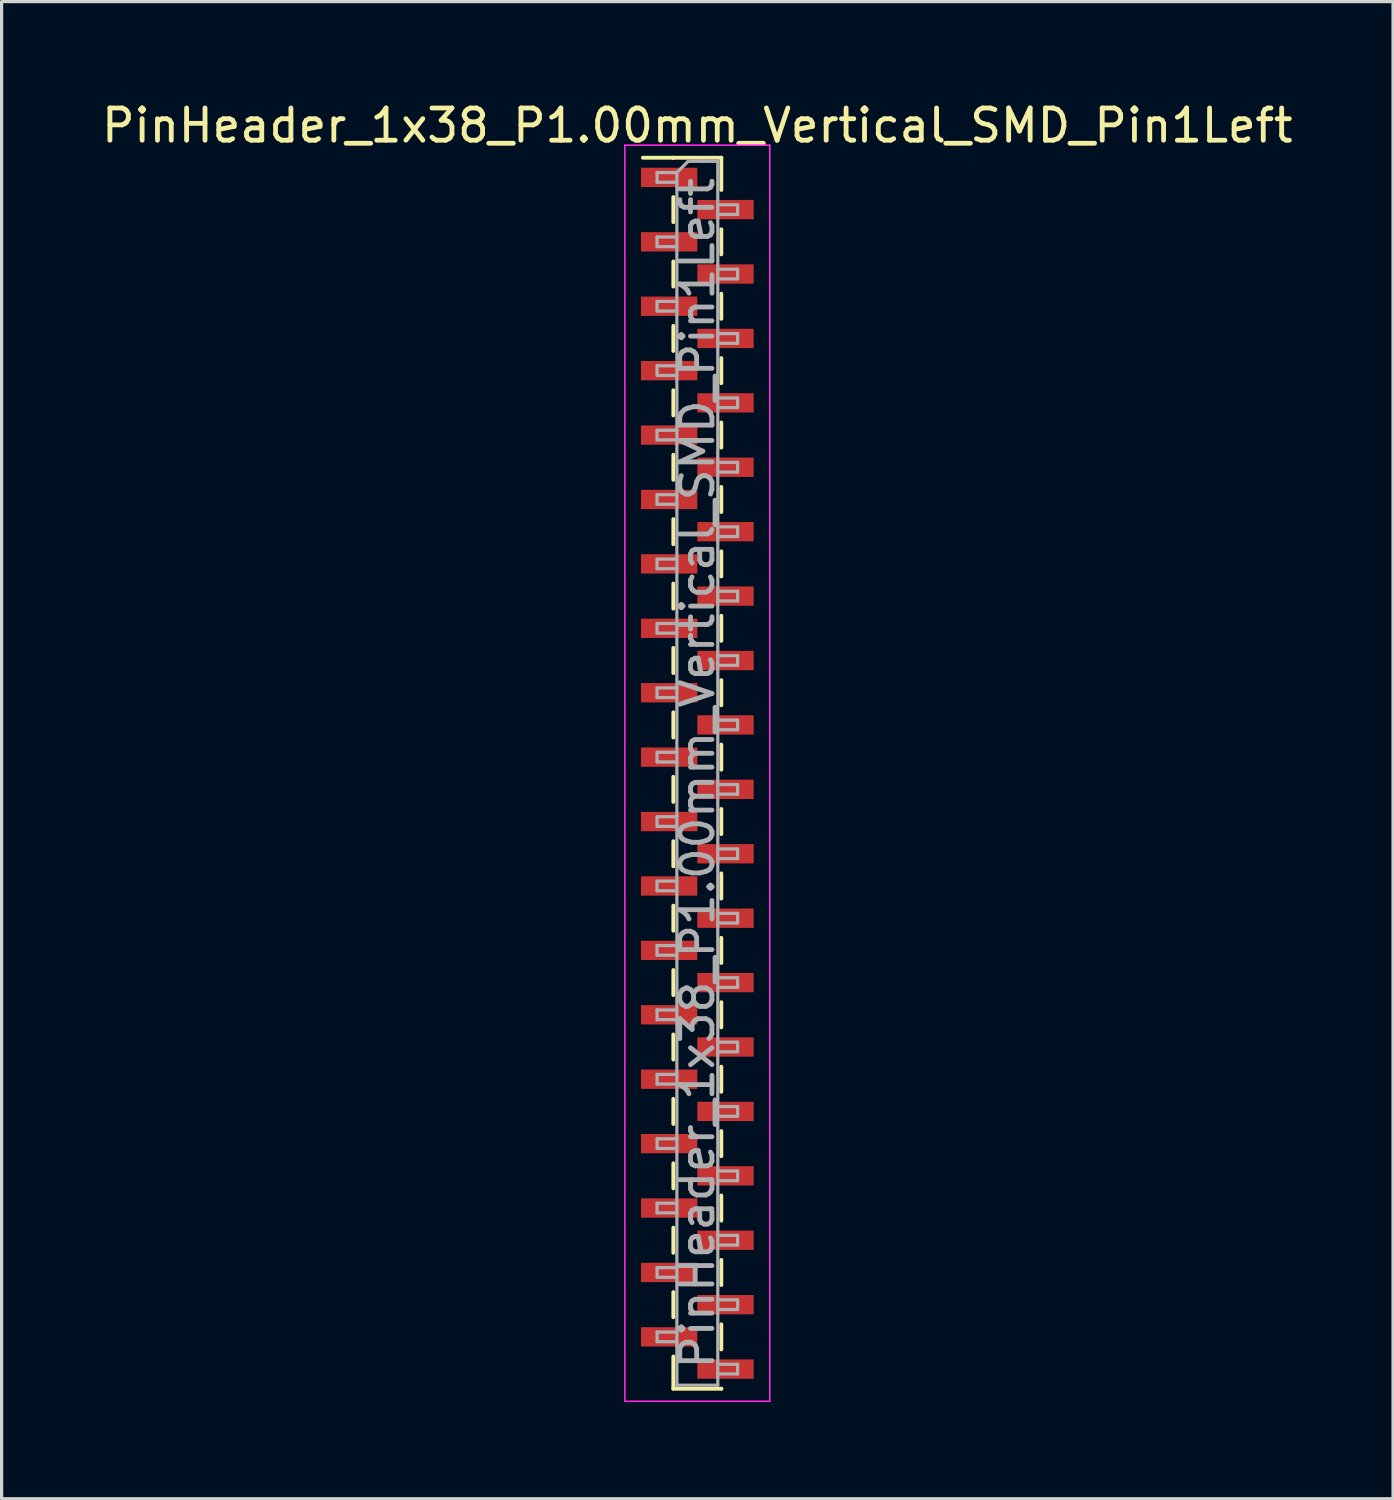
<source format=kicad_pcb>
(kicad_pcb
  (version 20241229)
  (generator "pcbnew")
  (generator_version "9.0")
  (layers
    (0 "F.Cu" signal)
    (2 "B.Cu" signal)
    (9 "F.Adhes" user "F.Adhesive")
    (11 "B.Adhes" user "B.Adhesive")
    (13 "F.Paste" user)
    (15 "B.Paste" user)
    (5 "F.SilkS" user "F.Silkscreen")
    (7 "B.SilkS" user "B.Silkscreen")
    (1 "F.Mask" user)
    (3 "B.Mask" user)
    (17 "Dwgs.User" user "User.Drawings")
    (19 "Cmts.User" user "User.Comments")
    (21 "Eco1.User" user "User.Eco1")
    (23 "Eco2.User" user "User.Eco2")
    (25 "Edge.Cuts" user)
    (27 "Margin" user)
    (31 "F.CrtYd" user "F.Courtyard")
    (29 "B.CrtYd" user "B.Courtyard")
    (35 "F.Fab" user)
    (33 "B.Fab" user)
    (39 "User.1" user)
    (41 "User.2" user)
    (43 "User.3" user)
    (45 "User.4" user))
  (footprint "PinHeader_1x38_P1.00mm_Vertical_SMD_Pin1Left"
    (layer "F.Cu")
    (at 18.601 20.958)
    (property "Reference" "PinHeader_1x38_P1.00mm_Vertical_SMD_Pin1Left" (at 0 -20.11 0) (layer "F.SilkS") (effects (font (size 1 1) (thickness 0.15))))
    (attr smd)
    (fp_line (start -0.745 -19.11) (end -1.69 -19.11) (stroke (width 0.12) (type solid)) (layer "F.SilkS"))
    (fp_line (start -0.745 -19.11) (end -0.745 -19.11) (stroke (width 0.12) (type solid)) (layer "F.SilkS"))
    (fp_line (start -0.745 -19.11) (end 0.745 -19.11) (stroke (width 0.12) (type solid)) (layer "F.SilkS"))
    (fp_line (start -0.745 -17.89) (end -0.745 -17.11) (stroke (width 0.12) (type solid)) (layer "F.SilkS"))
    (fp_line (start -0.745 -15.89) (end -0.745 -15.11) (stroke (width 0.12) (type solid)) (layer "F.SilkS"))
    (fp_line (start -0.745 -13.89) (end -0.745 -13.11) (stroke (width 0.12) (type solid)) (layer "F.SilkS"))
    (fp_line (start -0.745 -11.89) (end -0.745 -11.11) (stroke (width 0.12) (type solid)) (layer "F.SilkS"))
    (fp_line (start -0.745 -9.89) (end -0.745 -9.11) (stroke (width 0.12) (type solid)) (layer "F.SilkS"))
    (fp_line (start -0.745 -7.89) (end -0.745 -7.11) (stroke (width 0.12) (type solid)) (layer "F.SilkS"))
    (fp_line (start -0.745 -5.89) (end -0.745 -5.11) (stroke (width 0.12) (type solid)) (layer "F.SilkS"))
    (fp_line (start -0.745 -3.89) (end -0.745 -3.11) (stroke (width 0.12) (type solid)) (layer "F.SilkS"))
    (fp_line (start -0.745 -1.89) (end -0.745 -1.11) (stroke (width 0.12) (type solid)) (layer "F.SilkS"))
    (fp_line (start -0.745 0.11) (end -0.745 0.89) (stroke (width 0.12) (type solid)) (layer "F.SilkS"))
    (fp_line (start -0.745 2.11) (end -0.745 2.89) (stroke (width 0.12) (type solid)) (layer "F.SilkS"))
    (fp_line (start -0.745 4.11) (end -0.745 4.89) (stroke (width 0.12) (type solid)) (layer "F.SilkS"))
    (fp_line (start -0.745 6.11) (end -0.745 6.89) (stroke (width 0.12) (type solid)) (layer "F.SilkS"))
    (fp_line (start -0.745 8.11) (end -0.745 8.89) (stroke (width 0.12) (type solid)) (layer "F.SilkS"))
    (fp_line (start -0.745 10.11) (end -0.745 10.89) (stroke (width 0.12) (type solid)) (layer "F.SilkS"))
    (fp_line (start -0.745 12.11) (end -0.745 12.89) (stroke (width 0.12) (type solid)) (layer "F.SilkS"))
    (fp_line (start -0.745 14.11) (end -0.745 14.89) (stroke (width 0.12) (type solid)) (layer "F.SilkS"))
    (fp_line (start -0.745 16.11) (end -0.745 16.89) (stroke (width 0.12) (type solid)) (layer "F.SilkS"))
    (fp_line (start -0.745 18.11) (end -0.745 19.11) (stroke (width 0.12) (type solid)) (layer "F.SilkS"))
    (fp_line (start -0.745 19.11) (end 0.745 19.11) (stroke (width 0.12) (type solid)) (layer "F.SilkS"))
    (fp_line (start 0.745 -19.11) (end 0.745 -18.11) (stroke (width 0.12) (type solid)) (layer "F.SilkS"))
    (fp_line (start 0.745 -16.89) (end 0.745 -16.11) (stroke (width 0.12) (type solid)) (layer "F.SilkS"))
    (fp_line (start 0.745 -14.89) (end 0.745 -14.11) (stroke (width 0.12) (type solid)) (layer "F.SilkS"))
    (fp_line (start 0.745 -12.89) (end 0.745 -12.11) (stroke (width 0.12) (type solid)) (layer "F.SilkS"))
    (fp_line (start 0.745 -10.89) (end 0.745 -10.11) (stroke (width 0.12) (type solid)) (layer "F.SilkS"))
    (fp_line (start 0.745 -8.89) (end 0.745 -8.11) (stroke (width 0.12) (type solid)) (layer "F.SilkS"))
    (fp_line (start 0.745 -6.89) (end 0.745 -6.11) (stroke (width 0.12) (type solid)) (layer "F.SilkS"))
    (fp_line (start 0.745 -4.89) (end 0.745 -4.11) (stroke (width 0.12) (type solid)) (layer "F.SilkS"))
    (fp_line (start 0.745 -2.89) (end 0.745 -2.11) (stroke (width 0.12) (type solid)) (layer "F.SilkS"))
    (fp_line (start 0.745 -0.89) (end 0.745 -0.11) (stroke (width 0.12) (type solid)) (layer "F.SilkS"))
    (fp_line (start 0.745 1.11) (end 0.745 1.89) (stroke (width 0.12) (type solid)) (layer "F.SilkS"))
    (fp_line (start 0.745 3.11) (end 0.745 3.89) (stroke (width 0.12) (type solid)) (layer "F.SilkS"))
    (fp_line (start 0.745 5.11) (end 0.745 5.89) (stroke (width 0.12) (type solid)) (layer "F.SilkS"))
    (fp_line (start 0.745 7.11) (end 0.745 7.89) (stroke (width 0.12) (type solid)) (layer "F.SilkS"))
    (fp_line (start 0.745 9.11) (end 0.745 9.89) (stroke (width 0.12) (type solid)) (layer "F.SilkS"))
    (fp_line (start 0.745 11.11) (end 0.745 11.89) (stroke (width 0.12) (type solid)) (layer "F.SilkS"))
    (fp_line (start 0.745 13.11) (end 0.745 13.89) (stroke (width 0.12) (type solid)) (layer "F.SilkS"))
    (fp_line (start 0.745 15.11) (end 0.745 15.89) (stroke (width 0.12) (type solid)) (layer "F.SilkS"))
    (fp_line (start 0.745 17.11) (end 0.745 17.89) (stroke (width 0.12) (type solid)) (layer "F.SilkS"))
    (fp_line (start 0.745 19.11) (end 0.745 19.11) (stroke (width 0.12) (type solid)) (layer "F.SilkS"))
    (fp_line (start -2.25 -19.5) (end -2.25 19.5) (stroke (width 0.05) (type solid)) (layer "F.CrtYd"))
    (fp_line (start -2.25 19.5) (end 2.25 19.5) (stroke (width 0.05) (type solid)) (layer "F.CrtYd"))
    (fp_line (start 2.25 -19.5) (end -2.25 -19.5) (stroke (width 0.05) (type solid)) (layer "F.CrtYd"))
    (fp_line (start 2.25 19.5) (end 2.25 -19.5) (stroke (width 0.05) (type solid)) (layer "F.CrtYd"))
    (fp_line (start -1.25 -18.65) (end -1.25 -18.35) (stroke (width 0.1) (type solid)) (layer "F.Fab"))
    (fp_line (start -1.25 -18.35) (end -0.635 -18.35) (stroke (width 0.1) (type solid)) (layer "F.Fab"))
    (fp_line (start -1.25 -16.65) (end -1.25 -16.35) (stroke (width 0.1) (type solid)) (layer "F.Fab"))
    (fp_line (start -1.25 -16.35) (end -0.635 -16.35) (stroke (width 0.1) (type solid)) (layer "F.Fab"))
    (fp_line (start -1.25 -14.65) (end -1.25 -14.35) (stroke (width 0.1) (type solid)) (layer "F.Fab"))
    (fp_line (start -1.25 -14.35) (end -0.635 -14.35) (stroke (width 0.1) (type solid)) (layer "F.Fab"))
    (fp_line (start -1.25 -12.65) (end -1.25 -12.35) (stroke (width 0.1) (type solid)) (layer "F.Fab"))
    (fp_line (start -1.25 -12.35) (end -0.635 -12.35) (stroke (width 0.1) (type solid)) (layer "F.Fab"))
    (fp_line (start -1.25 -10.65) (end -1.25 -10.35) (stroke (width 0.1) (type solid)) (layer "F.Fab"))
    (fp_line (start -1.25 -10.35) (end -0.635 -10.35) (stroke (width 0.1) (type solid)) (layer "F.Fab"))
    (fp_line (start -1.25 -8.65) (end -1.25 -8.35) (stroke (width 0.1) (type solid)) (layer "F.Fab"))
    (fp_line (start -1.25 -8.35) (end -0.635 -8.35) (stroke (width 0.1) (type solid)) (layer "F.Fab"))
    (fp_line (start -1.25 -6.65) (end -1.25 -6.35) (stroke (width 0.1) (type solid)) (layer "F.Fab"))
    (fp_line (start -1.25 -6.35) (end -0.635 -6.35) (stroke (width 0.1) (type solid)) (layer "F.Fab"))
    (fp_line (start -1.25 -4.65) (end -1.25 -4.35) (stroke (width 0.1) (type solid)) (layer "F.Fab"))
    (fp_line (start -1.25 -4.35) (end -0.635 -4.35) (stroke (width 0.1) (type solid)) (layer "F.Fab"))
    (fp_line (start -1.25 -2.65) (end -1.25 -2.35) (stroke (width 0.1) (type solid)) (layer "F.Fab"))
    (fp_line (start -1.25 -2.35) (end -0.635 -2.35) (stroke (width 0.1) (type solid)) (layer "F.Fab"))
    (fp_line (start -1.25 -0.65) (end -1.25 -0.35) (stroke (width 0.1) (type solid)) (layer "F.Fab"))
    (fp_line (start -1.25 -0.35) (end -0.635 -0.35) (stroke (width 0.1) (type solid)) (layer "F.Fab"))
    (fp_line (start -1.25 1.35) (end -1.25 1.65) (stroke (width 0.1) (type solid)) (layer "F.Fab"))
    (fp_line (start -1.25 1.65) (end -0.635 1.65) (stroke (width 0.1) (type solid)) (layer "F.Fab"))
    (fp_line (start -1.25 3.35) (end -1.25 3.65) (stroke (width 0.1) (type solid)) (layer "F.Fab"))
    (fp_line (start -1.25 3.65) (end -0.635 3.65) (stroke (width 0.1) (type solid)) (layer "F.Fab"))
    (fp_line (start -1.25 5.35) (end -1.25 5.65) (stroke (width 0.1) (type solid)) (layer "F.Fab"))
    (fp_line (start -1.25 5.65) (end -0.635 5.65) (stroke (width 0.1) (type solid)) (layer "F.Fab"))
    (fp_line (start -1.25 7.35) (end -1.25 7.65) (stroke (width 0.1) (type solid)) (layer "F.Fab"))
    (fp_line (start -1.25 7.65) (end -0.635 7.65) (stroke (width 0.1) (type solid)) (layer "F.Fab"))
    (fp_line (start -1.25 9.35) (end -1.25 9.65) (stroke (width 0.1) (type solid)) (layer "F.Fab"))
    (fp_line (start -1.25 9.65) (end -0.635 9.65) (stroke (width 0.1) (type solid)) (layer "F.Fab"))
    (fp_line (start -1.25 11.35) (end -1.25 11.65) (stroke (width 0.1) (type solid)) (layer "F.Fab"))
    (fp_line (start -1.25 11.65) (end -0.635 11.65) (stroke (width 0.1) (type solid)) (layer "F.Fab"))
    (fp_line (start -1.25 13.35) (end -1.25 13.65) (stroke (width 0.1) (type solid)) (layer "F.Fab"))
    (fp_line (start -1.25 13.65) (end -0.635 13.65) (stroke (width 0.1) (type solid)) (layer "F.Fab"))
    (fp_line (start -1.25 15.35) (end -1.25 15.65) (stroke (width 0.1) (type solid)) (layer "F.Fab"))
    (fp_line (start -1.25 15.65) (end -0.635 15.65) (stroke (width 0.1) (type solid)) (layer "F.Fab"))
    (fp_line (start -1.25 17.35) (end -1.25 17.65) (stroke (width 0.1) (type solid)) (layer "F.Fab"))
    (fp_line (start -1.25 17.65) (end -0.635 17.65) (stroke (width 0.1) (type solid)) (layer "F.Fab"))
    (fp_line (start -0.635 -18.65) (end -1.25 -18.65) (stroke (width 0.1) (type solid)) (layer "F.Fab"))
    (fp_line (start -0.635 -18.65) (end -0.285 -19) (stroke (width 0.1) (type solid)) (layer "F.Fab"))
    (fp_line (start -0.635 -16.65) (end -1.25 -16.65) (stroke (width 0.1) (type solid)) (layer "F.Fab"))
    (fp_line (start -0.635 -14.65) (end -1.25 -14.65) (stroke (width 0.1) (type solid)) (layer "F.Fab"))
    (fp_line (start -0.635 -12.65) (end -1.25 -12.65) (stroke (width 0.1) (type solid)) (layer "F.Fab"))
    (fp_line (start -0.635 -10.65) (end -1.25 -10.65) (stroke (width 0.1) (type solid)) (layer "F.Fab"))
    (fp_line (start -0.635 -8.65) (end -1.25 -8.65) (stroke (width 0.1) (type solid)) (layer "F.Fab"))
    (fp_line (start -0.635 -6.65) (end -1.25 -6.65) (stroke (width 0.1) (type solid)) (layer "F.Fab"))
    (fp_line (start -0.635 -4.65) (end -1.25 -4.65) (stroke (width 0.1) (type solid)) (layer "F.Fab"))
    (fp_line (start -0.635 -2.65) (end -1.25 -2.65) (stroke (width 0.1) (type solid)) (layer "F.Fab"))
    (fp_line (start -0.635 -0.65) (end -1.25 -0.65) (stroke (width 0.1) (type solid)) (layer "F.Fab"))
    (fp_line (start -0.635 1.35) (end -1.25 1.35) (stroke (width 0.1) (type solid)) (layer "F.Fab"))
    (fp_line (start -0.635 3.35) (end -1.25 3.35) (stroke (width 0.1) (type solid)) (layer "F.Fab"))
    (fp_line (start -0.635 5.35) (end -1.25 5.35) (stroke (width 0.1) (type solid)) (layer "F.Fab"))
    (fp_line (start -0.635 7.35) (end -1.25 7.35) (stroke (width 0.1) (type solid)) (layer "F.Fab"))
    (fp_line (start -0.635 9.35) (end -1.25 9.35) (stroke (width 0.1) (type solid)) (layer "F.Fab"))
    (fp_line (start -0.635 11.35) (end -1.25 11.35) (stroke (width 0.1) (type solid)) (layer "F.Fab"))
    (fp_line (start -0.635 13.35) (end -1.25 13.35) (stroke (width 0.1) (type solid)) (layer "F.Fab"))
    (fp_line (start -0.635 15.35) (end -1.25 15.35) (stroke (width 0.1) (type solid)) (layer "F.Fab"))
    (fp_line (start -0.635 17.35) (end -1.25 17.35) (stroke (width 0.1) (type solid)) (layer "F.Fab"))
    (fp_line (start -0.635 19) (end -0.635 -18.65) (stroke (width 0.1) (type solid)) (layer "F.Fab"))
    (fp_line (start -0.285 -19) (end 0.635 -19) (stroke (width 0.1) (type solid)) (layer "F.Fab"))
    (fp_line (start 0.635 -19) (end 0.635 19) (stroke (width 0.1) (type solid)) (layer "F.Fab"))
    (fp_line (start 0.635 -17.65) (end 1.25 -17.65) (stroke (width 0.1) (type solid)) (layer "F.Fab"))
    (fp_line (start 0.635 -15.65) (end 1.25 -15.65) (stroke (width 0.1) (type solid)) (layer "F.Fab"))
    (fp_line (start 0.635 -13.65) (end 1.25 -13.65) (stroke (width 0.1) (type solid)) (layer "F.Fab"))
    (fp_line (start 0.635 -11.65) (end 1.25 -11.65) (stroke (width 0.1) (type solid)) (layer "F.Fab"))
    (fp_line (start 0.635 -9.65) (end 1.25 -9.65) (stroke (width 0.1) (type solid)) (layer "F.Fab"))
    (fp_line (start 0.635 -7.65) (end 1.25 -7.65) (stroke (width 0.1) (type solid)) (layer "F.Fab"))
    (fp_line (start 0.635 -5.65) (end 1.25 -5.65) (stroke (width 0.1) (type solid)) (layer "F.Fab"))
    (fp_line (start 0.635 -3.65) (end 1.25 -3.65) (stroke (width 0.1) (type solid)) (layer "F.Fab"))
    (fp_line (start 0.635 -1.65) (end 1.25 -1.65) (stroke (width 0.1) (type solid)) (layer "F.Fab"))
    (fp_line (start 0.635 0.35) (end 1.25 0.35) (stroke (width 0.1) (type solid)) (layer "F.Fab"))
    (fp_line (start 0.635 2.35) (end 1.25 2.35) (stroke (width 0.1) (type solid)) (layer "F.Fab"))
    (fp_line (start 0.635 4.35) (end 1.25 4.35) (stroke (width 0.1) (type solid)) (layer "F.Fab"))
    (fp_line (start 0.635 6.35) (end 1.25 6.35) (stroke (width 0.1) (type solid)) (layer "F.Fab"))
    (fp_line (start 0.635 8.35) (end 1.25 8.35) (stroke (width 0.1) (type solid)) (layer "F.Fab"))
    (fp_line (start 0.635 10.35) (end 1.25 10.35) (stroke (width 0.1) (type solid)) (layer "F.Fab"))
    (fp_line (start 0.635 12.35) (end 1.25 12.35) (stroke (width 0.1) (type solid)) (layer "F.Fab"))
    (fp_line (start 0.635 14.35) (end 1.25 14.35) (stroke (width 0.1) (type solid)) (layer "F.Fab"))
    (fp_line (start 0.635 16.35) (end 1.25 16.35) (stroke (width 0.1) (type solid)) (layer "F.Fab"))
    (fp_line (start 0.635 18.35) (end 1.25 18.35) (stroke (width 0.1) (type solid)) (layer "F.Fab"))
    (fp_line (start 0.635 19) (end -0.635 19) (stroke (width 0.1) (type solid)) (layer "F.Fab"))
    (fp_line (start 1.25 -17.65) (end 1.25 -17.35) (stroke (width 0.1) (type solid)) (layer "F.Fab"))
    (fp_line (start 1.25 -17.35) (end 0.635 -17.35) (stroke (width 0.1) (type solid)) (layer "F.Fab"))
    (fp_line (start 1.25 -15.65) (end 1.25 -15.35) (stroke (width 0.1) (type solid)) (layer "F.Fab"))
    (fp_line (start 1.25 -15.35) (end 0.635 -15.35) (stroke (width 0.1) (type solid)) (layer "F.Fab"))
    (fp_line (start 1.25 -13.65) (end 1.25 -13.35) (stroke (width 0.1) (type solid)) (layer "F.Fab"))
    (fp_line (start 1.25 -13.35) (end 0.635 -13.35) (stroke (width 0.1) (type solid)) (layer "F.Fab"))
    (fp_line (start 1.25 -11.65) (end 1.25 -11.35) (stroke (width 0.1) (type solid)) (layer "F.Fab"))
    (fp_line (start 1.25 -11.35) (end 0.635 -11.35) (stroke (width 0.1) (type solid)) (layer "F.Fab"))
    (fp_line (start 1.25 -9.65) (end 1.25 -9.35) (stroke (width 0.1) (type solid)) (layer "F.Fab"))
    (fp_line (start 1.25 -9.35) (end 0.635 -9.35) (stroke (width 0.1) (type solid)) (layer "F.Fab"))
    (fp_line (start 1.25 -7.65) (end 1.25 -7.35) (stroke (width 0.1) (type solid)) (layer "F.Fab"))
    (fp_line (start 1.25 -7.35) (end 0.635 -7.35) (stroke (width 0.1) (type solid)) (layer "F.Fab"))
    (fp_line (start 1.25 -5.65) (end 1.25 -5.35) (stroke (width 0.1) (type solid)) (layer "F.Fab"))
    (fp_line (start 1.25 -5.35) (end 0.635 -5.35) (stroke (width 0.1) (type solid)) (layer "F.Fab"))
    (fp_line (start 1.25 -3.65) (end 1.25 -3.35) (stroke (width 0.1) (type solid)) (layer "F.Fab"))
    (fp_line (start 1.25 -3.35) (end 0.635 -3.35) (stroke (width 0.1) (type solid)) (layer "F.Fab"))
    (fp_line (start 1.25 -1.65) (end 1.25 -1.35) (stroke (width 0.1) (type solid)) (layer "F.Fab"))
    (fp_line (start 1.25 -1.35) (end 0.635 -1.35) (stroke (width 0.1) (type solid)) (layer "F.Fab"))
    (fp_line (start 1.25 0.35) (end 1.25 0.65) (stroke (width 0.1) (type solid)) (layer "F.Fab"))
    (fp_line (start 1.25 0.65) (end 0.635 0.65) (stroke (width 0.1) (type solid)) (layer "F.Fab"))
    (fp_line (start 1.25 2.35) (end 1.25 2.65) (stroke (width 0.1) (type solid)) (layer "F.Fab"))
    (fp_line (start 1.25 2.65) (end 0.635 2.65) (stroke (width 0.1) (type solid)) (layer "F.Fab"))
    (fp_line (start 1.25 4.35) (end 1.25 4.65) (stroke (width 0.1) (type solid)) (layer "F.Fab"))
    (fp_line (start 1.25 4.65) (end 0.635 4.65) (stroke (width 0.1) (type solid)) (layer "F.Fab"))
    (fp_line (start 1.25 6.35) (end 1.25 6.65) (stroke (width 0.1) (type solid)) (layer "F.Fab"))
    (fp_line (start 1.25 6.65) (end 0.635 6.65) (stroke (width 0.1) (type solid)) (layer "F.Fab"))
    (fp_line (start 1.25 8.35) (end 1.25 8.65) (stroke (width 0.1) (type solid)) (layer "F.Fab"))
    (fp_line (start 1.25 8.65) (end 0.635 8.65) (stroke (width 0.1) (type solid)) (layer "F.Fab"))
    (fp_line (start 1.25 10.35) (end 1.25 10.65) (stroke (width 0.1) (type solid)) (layer "F.Fab"))
    (fp_line (start 1.25 10.65) (end 0.635 10.65) (stroke (width 0.1) (type solid)) (layer "F.Fab"))
    (fp_line (start 1.25 12.35) (end 1.25 12.65) (stroke (width 0.1) (type solid)) (layer "F.Fab"))
    (fp_line (start 1.25 12.65) (end 0.635 12.65) (stroke (width 0.1) (type solid)) (layer "F.Fab"))
    (fp_line (start 1.25 14.35) (end 1.25 14.65) (stroke (width 0.1) (type solid)) (layer "F.Fab"))
    (fp_line (start 1.25 14.65) (end 0.635 14.65) (stroke (width 0.1) (type solid)) (layer "F.Fab"))
    (fp_line (start 1.25 16.35) (end 1.25 16.65) (stroke (width 0.1) (type solid)) (layer "F.Fab"))
    (fp_line (start 1.25 16.65) (end 0.635 16.65) (stroke (width 0.1) (type solid)) (layer "F.Fab"))
    (fp_line (start 1.25 18.35) (end 1.25 18.65) (stroke (width 0.1) (type solid)) (layer "F.Fab"))
    (fp_line (start 1.25 18.65) (end 0.635 18.65) (stroke (width 0.1) (type solid)) (layer "F.Fab"))
    (fp_text user "${REFERENCE}" (at 0 0 90) (layer "F.Fab") (effects (font (size 1 1) (thickness 0.15))))
    (pad "1" smd rect (at -0.875 -18.5) (size 1.75 0.6) (layers "F.Cu" "F.Mask" "F.Paste"))
    (pad "2" smd rect (at 0.875 -17.5) (size 1.75 0.6) (layers "F.Cu" "F.Mask" "F.Paste"))
    (pad "3" smd rect (at -0.875 -16.5) (size 1.75 0.6) (layers "F.Cu" "F.Mask" "F.Paste"))
    (pad "4" smd rect (at 0.875 -15.5) (size 1.75 0.6) (layers "F.Cu" "F.Mask" "F.Paste"))
    (pad "5" smd rect (at -0.875 -14.5) (size 1.75 0.6) (layers "F.Cu" "F.Mask" "F.Paste"))
    (pad "6" smd rect (at 0.875 -13.5) (size 1.75 0.6) (layers "F.Cu" "F.Mask" "F.Paste"))
    (pad "7" smd rect (at -0.875 -12.5) (size 1.75 0.6) (layers "F.Cu" "F.Mask" "F.Paste"))
    (pad "8" smd rect (at 0.875 -11.5) (size 1.75 0.6) (layers "F.Cu" "F.Mask" "F.Paste"))
    (pad "9" smd rect (at -0.875 -10.5) (size 1.75 0.6) (layers "F.Cu" "F.Mask" "F.Paste"))
    (pad "10" smd rect (at 0.875 -9.5) (size 1.75 0.6) (layers "F.Cu" "F.Mask" "F.Paste"))
    (pad "11" smd rect (at -0.875 -8.5) (size 1.75 0.6) (layers "F.Cu" "F.Mask" "F.Paste"))
    (pad "12" smd rect (at 0.875 -7.5) (size 1.75 0.6) (layers "F.Cu" "F.Mask" "F.Paste"))
    (pad "13" smd rect (at -0.875 -6.5) (size 1.75 0.6) (layers "F.Cu" "F.Mask" "F.Paste"))
    (pad "14" smd rect (at 0.875 -5.5) (size 1.75 0.6) (layers "F.Cu" "F.Mask" "F.Paste"))
    (pad "15" smd rect (at -0.875 -4.5) (size 1.75 0.6) (layers "F.Cu" "F.Mask" "F.Paste"))
    (pad "16" smd rect (at 0.875 -3.5) (size 1.75 0.6) (layers "F.Cu" "F.Mask" "F.Paste"))
    (pad "17" smd rect (at -0.875 -2.5) (size 1.75 0.6) (layers "F.Cu" "F.Mask" "F.Paste"))
    (pad "18" smd rect (at 0.875 -1.5) (size 1.75 0.6) (layers "F.Cu" "F.Mask" "F.Paste"))
    (pad "19" smd rect (at -0.875 -0.5) (size 1.75 0.6) (layers "F.Cu" "F.Mask" "F.Paste"))
    (pad "20" smd rect (at 0.875 0.5) (size 1.75 0.6) (layers "F.Cu" "F.Mask" "F.Paste"))
    (pad "21" smd rect (at -0.875 1.5) (size 1.75 0.6) (layers "F.Cu" "F.Mask" "F.Paste"))
    (pad "22" smd rect (at 0.875 2.5) (size 1.75 0.6) (layers "F.Cu" "F.Mask" "F.Paste"))
    (pad "23" smd rect (at -0.875 3.5) (size 1.75 0.6) (layers "F.Cu" "F.Mask" "F.Paste"))
    (pad "24" smd rect (at 0.875 4.5) (size 1.75 0.6) (layers "F.Cu" "F.Mask" "F.Paste"))
    (pad "25" smd rect (at -0.875 5.5) (size 1.75 0.6) (layers "F.Cu" "F.Mask" "F.Paste"))
    (pad "26" smd rect (at 0.875 6.5) (size 1.75 0.6) (layers "F.Cu" "F.Mask" "F.Paste"))
    (pad "27" smd rect (at -0.875 7.5) (size 1.75 0.6) (layers "F.Cu" "F.Mask" "F.Paste"))
    (pad "28" smd rect (at 0.875 8.5) (size 1.75 0.6) (layers "F.Cu" "F.Mask" "F.Paste"))
    (pad "29" smd rect (at -0.875 9.5) (size 1.75 0.6) (layers "F.Cu" "F.Mask" "F.Paste"))
    (pad "30" smd rect (at 0.875 10.5) (size 1.75 0.6) (layers "F.Cu" "F.Mask" "F.Paste"))
    (pad "31" smd rect (at -0.875 11.5) (size 1.75 0.6) (layers "F.Cu" "F.Mask" "F.Paste"))
    (pad "32" smd rect (at 0.875 12.5) (size 1.75 0.6) (layers "F.Cu" "F.Mask" "F.Paste"))
    (pad "33" smd rect (at -0.875 13.5) (size 1.75 0.6) (layers "F.Cu" "F.Mask" "F.Paste"))
    (pad "34" smd rect (at 0.875 14.5) (size 1.75 0.6) (layers "F.Cu" "F.Mask" "F.Paste"))
    (pad "35" smd rect (at -0.875 15.5) (size 1.75 0.6) (layers "F.Cu" "F.Mask" "F.Paste"))
    (pad "36" smd rect (at 0.875 16.5) (size 1.75 0.6) (layers "F.Cu" "F.Mask" "F.Paste"))
    (pad "37" smd rect (at -0.875 17.5) (size 1.75 0.6) (layers "F.Cu" "F.Mask" "F.Paste"))
    (pad "38" smd rect (at 0.875 18.5) (size 1.75 0.6) (layers "F.Cu" "F.Mask" "F.Paste")))
  (gr_rect
    (start -3 -3)
    (end 40.202 43.483)
    (stroke (width 0.1) (type default))
    (fill no)
    (layer "Edge.Cuts")))
</source>
